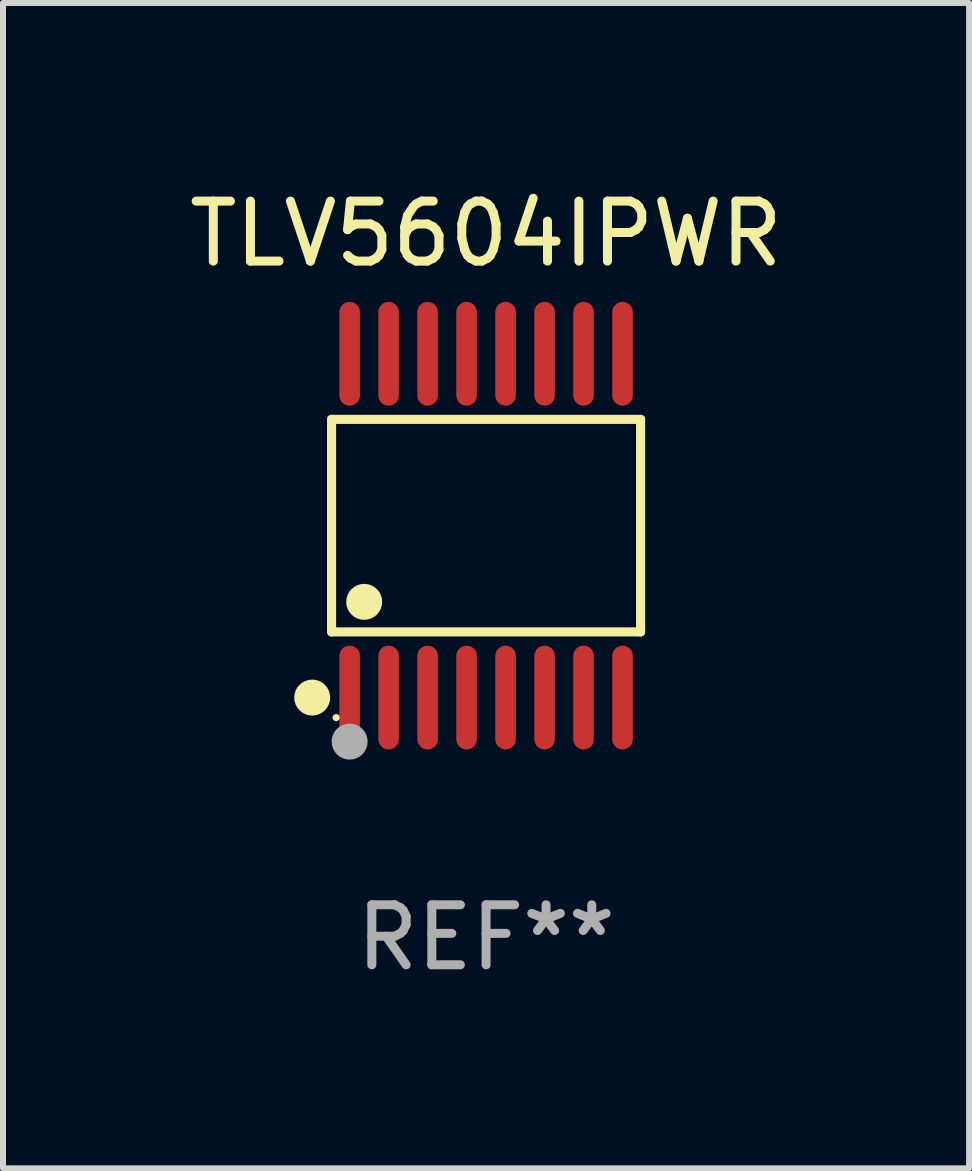
<source format=kicad_pcb>
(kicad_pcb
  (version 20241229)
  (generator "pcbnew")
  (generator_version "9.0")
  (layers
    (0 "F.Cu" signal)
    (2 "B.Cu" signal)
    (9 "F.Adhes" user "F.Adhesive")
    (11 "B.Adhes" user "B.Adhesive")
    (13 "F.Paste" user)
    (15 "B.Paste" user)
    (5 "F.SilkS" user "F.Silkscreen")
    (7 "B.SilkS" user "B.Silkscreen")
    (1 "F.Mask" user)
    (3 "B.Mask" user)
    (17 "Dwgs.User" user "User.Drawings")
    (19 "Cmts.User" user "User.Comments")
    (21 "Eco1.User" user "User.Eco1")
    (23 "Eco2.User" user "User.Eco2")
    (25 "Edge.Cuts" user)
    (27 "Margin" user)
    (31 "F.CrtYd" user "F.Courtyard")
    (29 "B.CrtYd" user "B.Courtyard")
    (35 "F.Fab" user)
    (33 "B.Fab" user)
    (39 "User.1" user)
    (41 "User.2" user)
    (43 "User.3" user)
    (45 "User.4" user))
  (footprint "TLV5604IPWR"
    (layer "F.Cu")
    (at 5.054 5.714)
    (property "Reference" "TLV5604IPWR" (at 0 -4.866 0) (layer "F.SilkS") (effects (font (size 1 1) (thickness 0.15))))
    (attr through_hole)
    (fp_line (start -2.576 -1.772) (end 2.576 -1.772) (stroke (width 0.152) (type solid)) (layer "F.SilkS"))
    (fp_line (start -2.576 1.771) (end -2.576 -1.772) (stroke (width 0.152) (type solid)) (layer "F.SilkS"))
    (fp_line (start 2.576 -1.772) (end 2.576 1.771) (stroke (width 0.152) (type solid)) (layer "F.SilkS"))
    (fp_line (start 2.576 1.771) (end -2.576 1.771) (stroke (width 0.152) (type solid)) (layer "F.SilkS"))
    (fp_circle (center -2.899 2.866) (end -2.749 2.866) (stroke (width 0.3) (type solid)) (fill no) (layer "F.SilkS"))
    (fp_circle (center -2.5 3.2) (end -2.47 3.2) (stroke (width 0.06) (type solid)) (fill no) (layer "F.SilkS"))
    (fp_circle (center -2.032 1.27) (end -1.882 1.27) (stroke (width 0.3) (type solid)) (fill no) (layer "F.SilkS"))
    (fp_circle (center -2.275 3.6) (end -2.125 3.6) (stroke (width 0.3) (type solid)) (fill no) (layer "F.Fab"))
    (fp_text user "REF**" (at 0 6.866 0) (layer "F.Fab") (effects (font (size 1 1) (thickness 0.15))))
    (pad "1" smd oval (at -2.275 2.866) (size 0.343 1.731) (layers "F.Cu" "F.Mask" "F.Paste"))
    (pad "2" smd oval (at -1.625 2.866) (size 0.343 1.731) (layers "F.Cu" "F.Mask" "F.Paste"))
    (pad "3" smd oval (at -0.975 2.866) (size 0.343 1.731) (layers "F.Cu" "F.Mask" "F.Paste"))
    (pad "4" smd oval (at -0.325 2.866) (size 0.343 1.731) (layers "F.Cu" "F.Mask" "F.Paste"))
    (pad "5" smd oval (at 0.325 2.866) (size 0.343 1.731) (layers "F.Cu" "F.Mask" "F.Paste"))
    (pad "6" smd oval (at 0.975 2.866) (size 0.343 1.731) (layers "F.Cu" "F.Mask" "F.Paste"))
    (pad "7" smd oval (at 1.625 2.866) (size 0.343 1.731) (layers "F.Cu" "F.Mask" "F.Paste"))
    (pad "8" smd oval (at 2.275 2.866) (size 0.343 1.731) (layers "F.Cu" "F.Mask" "F.Paste"))
    (pad "9" smd oval (at 2.275 -2.866) (size 0.343 1.731) (layers "F.Cu" "F.Mask" "F.Paste"))
    (pad "10" smd oval (at 1.625 -2.866) (size 0.343 1.731) (layers "F.Cu" "F.Mask" "F.Paste"))
    (pad "11" smd oval (at 0.975 -2.866) (size 0.343 1.731) (layers "F.Cu" "F.Mask" "F.Paste"))
    (pad "12" smd oval (at 0.325 -2.866) (size 0.343 1.731) (layers "F.Cu" "F.Mask" "F.Paste"))
    (pad "13" smd oval (at -0.325 -2.866) (size 0.343 1.731) (layers "F.Cu" "F.Mask" "F.Paste"))
    (pad "14" smd oval (at -0.975 -2.866) (size 0.343 1.731) (layers "F.Cu" "F.Mask" "F.Paste"))
    (pad "15" smd oval (at -1.625 -2.866) (size 0.343 1.731) (layers "F.Cu" "F.Mask" "F.Paste"))
    (pad "16" smd oval (at -2.275 -2.866) (size 0.343 1.731) (layers "F.Cu" "F.Mask" "F.Paste")))
  (gr_rect
    (start -3 -3)
    (end 13.107 16.428)
    (stroke (width 0.1) (type default))
    (fill no)
    (layer "Edge.Cuts")))
</source>
